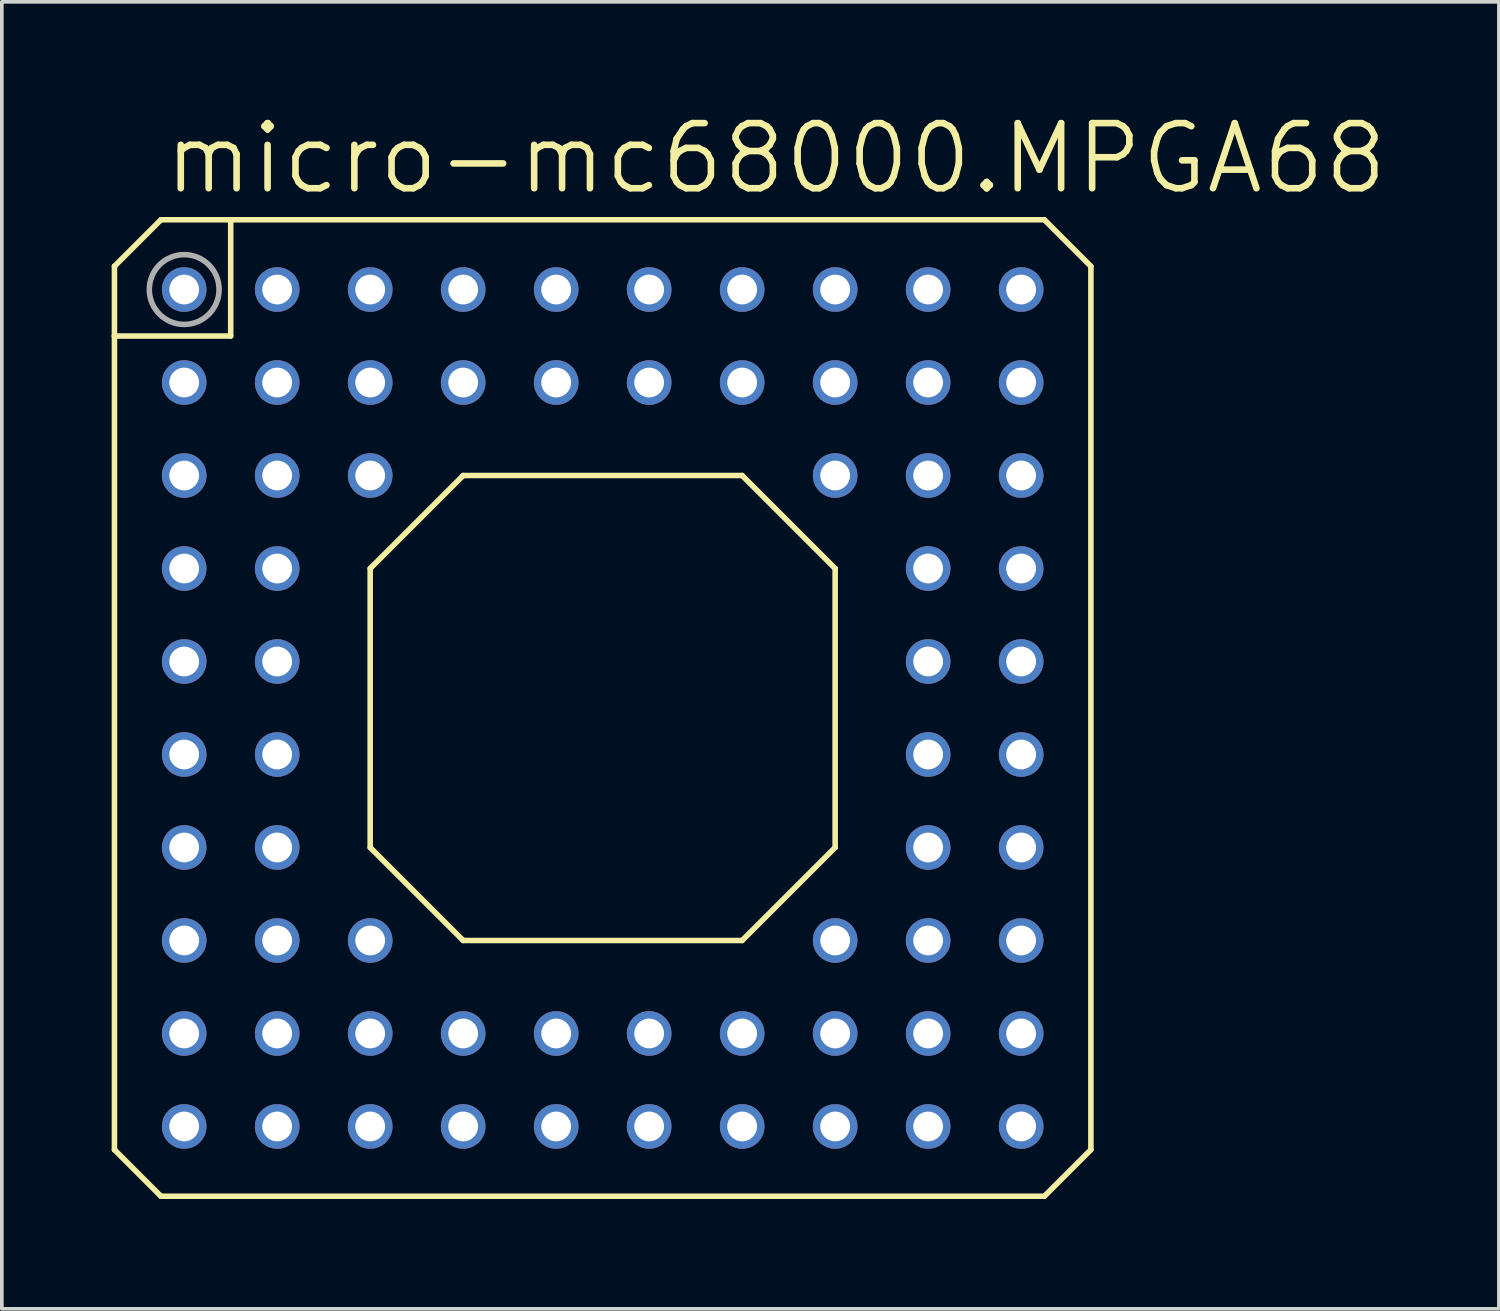
<source format=kicad_pcb>
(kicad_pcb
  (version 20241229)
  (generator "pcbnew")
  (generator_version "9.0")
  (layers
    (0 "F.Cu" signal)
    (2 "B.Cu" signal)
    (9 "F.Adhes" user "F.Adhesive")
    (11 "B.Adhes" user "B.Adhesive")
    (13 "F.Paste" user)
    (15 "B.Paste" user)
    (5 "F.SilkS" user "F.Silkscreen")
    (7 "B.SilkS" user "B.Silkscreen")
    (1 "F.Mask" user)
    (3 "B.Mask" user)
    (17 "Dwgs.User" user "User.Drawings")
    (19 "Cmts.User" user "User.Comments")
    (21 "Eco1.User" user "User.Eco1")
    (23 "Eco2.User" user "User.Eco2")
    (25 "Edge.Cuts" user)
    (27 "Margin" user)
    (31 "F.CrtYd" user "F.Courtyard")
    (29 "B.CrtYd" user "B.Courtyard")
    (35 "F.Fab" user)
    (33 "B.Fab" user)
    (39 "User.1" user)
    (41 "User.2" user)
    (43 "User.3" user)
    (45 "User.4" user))
  (footprint "micro-mc68000.MPGA68"
    (layer "F.Cu")
    (at 13.411 16.288)
    (property "Reference" "micro-mc68000.MPGA68" (at -12.065 -13.97 0) (layer "F.SilkS") (effects (font (size 1.778 1.778) (thickness 0.18)) (justify left bottom)))
    (attr through_hole)
    (fp_line (start -13.335 -12.065) (end -13.335 -10.16) (stroke (width 0.152) (type default)) (layer "F.SilkS"))
    (fp_line (start -13.335 -10.16) (end -13.335 12.065) (stroke (width 0.152) (type default)) (layer "F.SilkS"))
    (fp_line (start -13.335 -10.16) (end -10.16 -10.16) (stroke (width 0.152) (type default)) (layer "F.SilkS"))
    (fp_line (start -12.065 -13.335) (end -13.335 -12.065) (stroke (width 0.152) (type default)) (layer "F.SilkS"))
    (fp_line (start -12.065 13.335) (end -13.335 12.065) (stroke (width 0.152) (type default)) (layer "F.SilkS"))
    (fp_line (start -10.16 -13.335) (end -12.065 -13.335) (stroke (width 0.152) (type default)) (layer "F.SilkS"))
    (fp_line (start -10.16 -10.16) (end -10.16 -13.335) (stroke (width 0.152) (type default)) (layer "F.SilkS"))
    (fp_line (start -6.35 -3.81) (end -3.81 -6.35) (stroke (width 0.152) (type default)) (layer "F.SilkS"))
    (fp_line (start -6.35 3.81) (end -6.35 -3.81) (stroke (width 0.152) (type default)) (layer "F.SilkS"))
    (fp_line (start -3.81 -6.35) (end 3.81 -6.35) (stroke (width 0.152) (type default)) (layer "F.SilkS"))
    (fp_line (start -3.81 6.35) (end -6.35 3.81) (stroke (width 0.152) (type default)) (layer "F.SilkS"))
    (fp_line (start 3.81 -6.35) (end 6.35 -3.81) (stroke (width 0.152) (type default)) (layer "F.SilkS"))
    (fp_line (start 3.81 6.35) (end -3.81 6.35) (stroke (width 0.152) (type default)) (layer "F.SilkS"))
    (fp_line (start 6.35 -3.81) (end 6.35 3.81) (stroke (width 0.152) (type default)) (layer "F.SilkS"))
    (fp_line (start 6.35 3.81) (end 3.81 6.35) (stroke (width 0.152) (type default)) (layer "F.SilkS"))
    (fp_line (start 12.065 -13.335) (end -10.16 -13.335) (stroke (width 0.152) (type default)) (layer "F.SilkS"))
    (fp_line (start 12.065 13.335) (end -12.065 13.335) (stroke (width 0.152) (type default)) (layer "F.SilkS"))
    (fp_line (start 13.335 -12.065) (end 12.065 -13.335) (stroke (width 0.152) (type default)) (layer "F.SilkS"))
    (fp_line (start 13.335 12.065) (end 12.065 13.335) (stroke (width 0.152) (type default)) (layer "F.SilkS"))
    (fp_line (start 13.335 12.065) (end 13.335 -12.065) (stroke (width 0.152) (type default)) (layer "F.SilkS"))
    (fp_circle (center -11.43 -11.43) (end -10.477 -11.43) (stroke (width 0.152) (type default)) (fill no) (layer "F.Fab"))
    (pad "A01" thru_hole circle (at -11.43 -11.43) (size 1.219 1.219) (drill 0.813) (layers "*.Cu" "*.Mask"))
    (pad "A02" thru_hole circle (at -8.89 -11.43) (size 1.219 1.219) (drill 0.813) (layers "*.Cu" "*.Mask"))
    (pad "A03" thru_hole circle (at -6.35 -11.43) (size 1.219 1.219) (drill 0.813) (layers "*.Cu" "*.Mask"))
    (pad "A04" thru_hole circle (at -3.81 -11.43) (size 1.219 1.219) (drill 0.813) (layers "*.Cu" "*.Mask"))
    (pad "A05" thru_hole circle (at -1.27 -11.43) (size 1.219 1.219) (drill 0.813) (layers "*.Cu" "*.Mask"))
    (pad "A06" thru_hole circle (at 1.27 -11.43) (size 1.219 1.219) (drill 0.813) (layers "*.Cu" "*.Mask"))
    (pad "A07" thru_hole circle (at 3.81 -11.43) (size 1.219 1.219) (drill 0.813) (layers "*.Cu" "*.Mask"))
    (pad "A08" thru_hole circle (at 6.35 -11.43) (size 1.219 1.219) (drill 0.813) (layers "*.Cu" "*.Mask"))
    (pad "A09" thru_hole circle (at 8.89 -11.43) (size 1.219 1.219) (drill 0.813) (layers "*.Cu" "*.Mask"))
    (pad "A10" thru_hole circle (at 11.43 -11.43) (size 1.219 1.219) (drill 0.813) (layers "*.Cu" "*.Mask"))
    (pad "B01" thru_hole circle (at -11.43 -8.89) (size 1.219 1.219) (drill 0.813) (layers "*.Cu" "*.Mask"))
    (pad "B02" thru_hole circle (at -8.89 -8.89) (size 1.219 1.219) (drill 0.813) (layers "*.Cu" "*.Mask"))
    (pad "B03" thru_hole circle (at -6.35 -8.89) (size 1.219 1.219) (drill 0.813) (layers "*.Cu" "*.Mask"))
    (pad "B04" thru_hole circle (at -3.81 -8.89) (size 1.219 1.219) (drill 0.813) (layers "*.Cu" "*.Mask"))
    (pad "B05" thru_hole circle (at -1.27 -8.89) (size 1.219 1.219) (drill 0.813) (layers "*.Cu" "*.Mask"))
    (pad "B06" thru_hole circle (at 1.27 -8.89) (size 1.219 1.219) (drill 0.813) (layers "*.Cu" "*.Mask"))
    (pad "B07" thru_hole circle (at 3.81 -8.89) (size 1.219 1.219) (drill 0.813) (layers "*.Cu" "*.Mask"))
    (pad "B08" thru_hole circle (at 6.35 -8.89) (size 1.219 1.219) (drill 0.813) (layers "*.Cu" "*.Mask"))
    (pad "B09" thru_hole circle (at 8.89 -8.89) (size 1.219 1.219) (drill 0.813) (layers "*.Cu" "*.Mask"))
    (pad "B10" thru_hole circle (at 11.43 -8.89) (size 1.219 1.219) (drill 0.813) (layers "*.Cu" "*.Mask"))
    (pad "C01" thru_hole circle (at -11.43 -6.35) (size 1.219 1.219) (drill 0.813) (layers "*.Cu" "*.Mask"))
    (pad "C02" thru_hole circle (at -8.89 -6.35) (size 1.219 1.219) (drill 0.813) (layers "*.Cu" "*.Mask"))
    (pad "C03" thru_hole circle (at -6.35 -6.35) (size 1.219 1.219) (drill 0.813) (layers "*.Cu" "*.Mask"))
    (pad "C08" thru_hole circle (at 6.35 -6.35) (size 1.219 1.219) (drill 0.813) (layers "*.Cu" "*.Mask"))
    (pad "C09" thru_hole circle (at 8.89 -6.35) (size 1.219 1.219) (drill 0.813) (layers "*.Cu" "*.Mask"))
    (pad "C10" thru_hole circle (at 11.43 -6.35) (size 1.219 1.219) (drill 0.813) (layers "*.Cu" "*.Mask"))
    (pad "D01" thru_hole circle (at -11.43 -3.81) (size 1.219 1.219) (drill 0.813) (layers "*.Cu" "*.Mask"))
    (pad "D02" thru_hole circle (at -8.89 -3.81) (size 1.219 1.219) (drill 0.813) (layers "*.Cu" "*.Mask"))
    (pad "D09" thru_hole circle (at 8.89 -3.81) (size 1.219 1.219) (drill 0.813) (layers "*.Cu" "*.Mask"))
    (pad "D10" thru_hole circle (at 11.43 -3.81) (size 1.219 1.219) (drill 0.813) (layers "*.Cu" "*.Mask"))
    (pad "E01" thru_hole circle (at -11.43 -1.27) (size 1.219 1.219) (drill 0.813) (layers "*.Cu" "*.Mask"))
    (pad "E02" thru_hole circle (at -8.89 -1.27) (size 1.219 1.219) (drill 0.813) (layers "*.Cu" "*.Mask"))
    (pad "E09" thru_hole circle (at 8.89 -1.27) (size 1.219 1.219) (drill 0.813) (layers "*.Cu" "*.Mask"))
    (pad "E10" thru_hole circle (at 11.43 -1.27) (size 1.219 1.219) (drill 0.813) (layers "*.Cu" "*.Mask"))
    (pad "F01" thru_hole circle (at -11.43 1.27) (size 1.219 1.219) (drill 0.813) (layers "*.Cu" "*.Mask"))
    (pad "F02" thru_hole circle (at -8.89 1.27) (size 1.219 1.219) (drill 0.813) (layers "*.Cu" "*.Mask"))
    (pad "F09" thru_hole circle (at 8.89 1.27) (size 1.219 1.219) (drill 0.813) (layers "*.Cu" "*.Mask"))
    (pad "F10" thru_hole circle (at 11.43 1.27) (size 1.219 1.219) (drill 0.813) (layers "*.Cu" "*.Mask"))
    (pad "G01" thru_hole circle (at -11.43 3.81) (size 1.219 1.219) (drill 0.813) (layers "*.Cu" "*.Mask"))
    (pad "G02" thru_hole circle (at -8.89 3.81) (size 1.219 1.219) (drill 0.813) (layers "*.Cu" "*.Mask"))
    (pad "G09" thru_hole circle (at 8.89 3.81) (size 1.219 1.219) (drill 0.813) (layers "*.Cu" "*.Mask"))
    (pad "G10" thru_hole circle (at 11.43 3.81) (size 1.219 1.219) (drill 0.813) (layers "*.Cu" "*.Mask"))
    (pad "H01" thru_hole circle (at -11.43 6.35) (size 1.219 1.219) (drill 0.813) (layers "*.Cu" "*.Mask"))
    (pad "H02" thru_hole circle (at -8.89 6.35) (size 1.219 1.219) (drill 0.813) (layers "*.Cu" "*.Mask"))
    (pad "H03" thru_hole circle (at -6.35 6.35) (size 1.219 1.219) (drill 0.813) (layers "*.Cu" "*.Mask"))
    (pad "H08" thru_hole circle (at 6.35 6.35) (size 1.219 1.219) (drill 0.813) (layers "*.Cu" "*.Mask"))
    (pad "H09" thru_hole circle (at 8.89 6.35) (size 1.219 1.219) (drill 0.813) (layers "*.Cu" "*.Mask"))
    (pad "H10" thru_hole circle (at 11.43 6.35) (size 1.219 1.219) (drill 0.813) (layers "*.Cu" "*.Mask"))
    (pad "J01" thru_hole circle (at -11.43 8.89) (size 1.219 1.219) (drill 0.813) (layers "*.Cu" "*.Mask"))
    (pad "J02" thru_hole circle (at -8.89 8.89) (size 1.219 1.219) (drill 0.813) (layers "*.Cu" "*.Mask"))
    (pad "J03" thru_hole circle (at -6.35 8.89) (size 1.219 1.219) (drill 0.813) (layers "*.Cu" "*.Mask"))
    (pad "J04" thru_hole circle (at -3.81 8.89) (size 1.219 1.219) (drill 0.813) (layers "*.Cu" "*.Mask"))
    (pad "J05" thru_hole circle (at -1.27 8.89) (size 1.219 1.219) (drill 0.813) (layers "*.Cu" "*.Mask"))
    (pad "J06" thru_hole circle (at 1.27 8.89) (size 1.219 1.219) (drill 0.813) (layers "*.Cu" "*.Mask"))
    (pad "J07" thru_hole circle (at 3.81 8.89) (size 1.219 1.219) (drill 0.813) (layers "*.Cu" "*.Mask"))
    (pad "J08" thru_hole circle (at 6.35 8.89) (size 1.219 1.219) (drill 0.813) (layers "*.Cu" "*.Mask"))
    (pad "J09" thru_hole circle (at 8.89 8.89) (size 1.219 1.219) (drill 0.813) (layers "*.Cu" "*.Mask"))
    (pad "J10" thru_hole circle (at 11.43 8.89) (size 1.219 1.219) (drill 0.813) (layers "*.Cu" "*.Mask"))
    (pad "K01" thru_hole circle (at -11.43 11.43) (size 1.219 1.219) (drill 0.813) (layers "*.Cu" "*.Mask"))
    (pad "K02" thru_hole circle (at -8.89 11.43) (size 1.219 1.219) (drill 0.813) (layers "*.Cu" "*.Mask"))
    (pad "K03" thru_hole circle (at -6.35 11.43) (size 1.219 1.219) (drill 0.813) (layers "*.Cu" "*.Mask"))
    (pad "K04" thru_hole circle (at -3.81 11.43) (size 1.219 1.219) (drill 0.813) (layers "*.Cu" "*.Mask"))
    (pad "K05" thru_hole circle (at -1.27 11.43) (size 1.219 1.219) (drill 0.813) (layers "*.Cu" "*.Mask"))
    (pad "K06" thru_hole circle (at 1.27 11.43) (size 1.219 1.219) (drill 0.813) (layers "*.Cu" "*.Mask"))
    (pad "K07" thru_hole circle (at 3.81 11.43) (size 1.219 1.219) (drill 0.813) (layers "*.Cu" "*.Mask"))
    (pad "K08" thru_hole circle (at 6.35 11.43) (size 1.219 1.219) (drill 0.813) (layers "*.Cu" "*.Mask"))
    (pad "K09" thru_hole circle (at 8.89 11.43) (size 1.219 1.219) (drill 0.813) (layers "*.Cu" "*.Mask"))
    (pad "K10" thru_hole circle (at 11.43 11.43) (size 1.219 1.219) (drill 0.813) (layers "*.Cu" "*.Mask")))
  (gr_rect
    (start -3 -3)
    (end 37.889 32.699)
    (stroke (width 0.1) (type default))
    (fill no)
    (layer "Edge.Cuts")))
</source>
